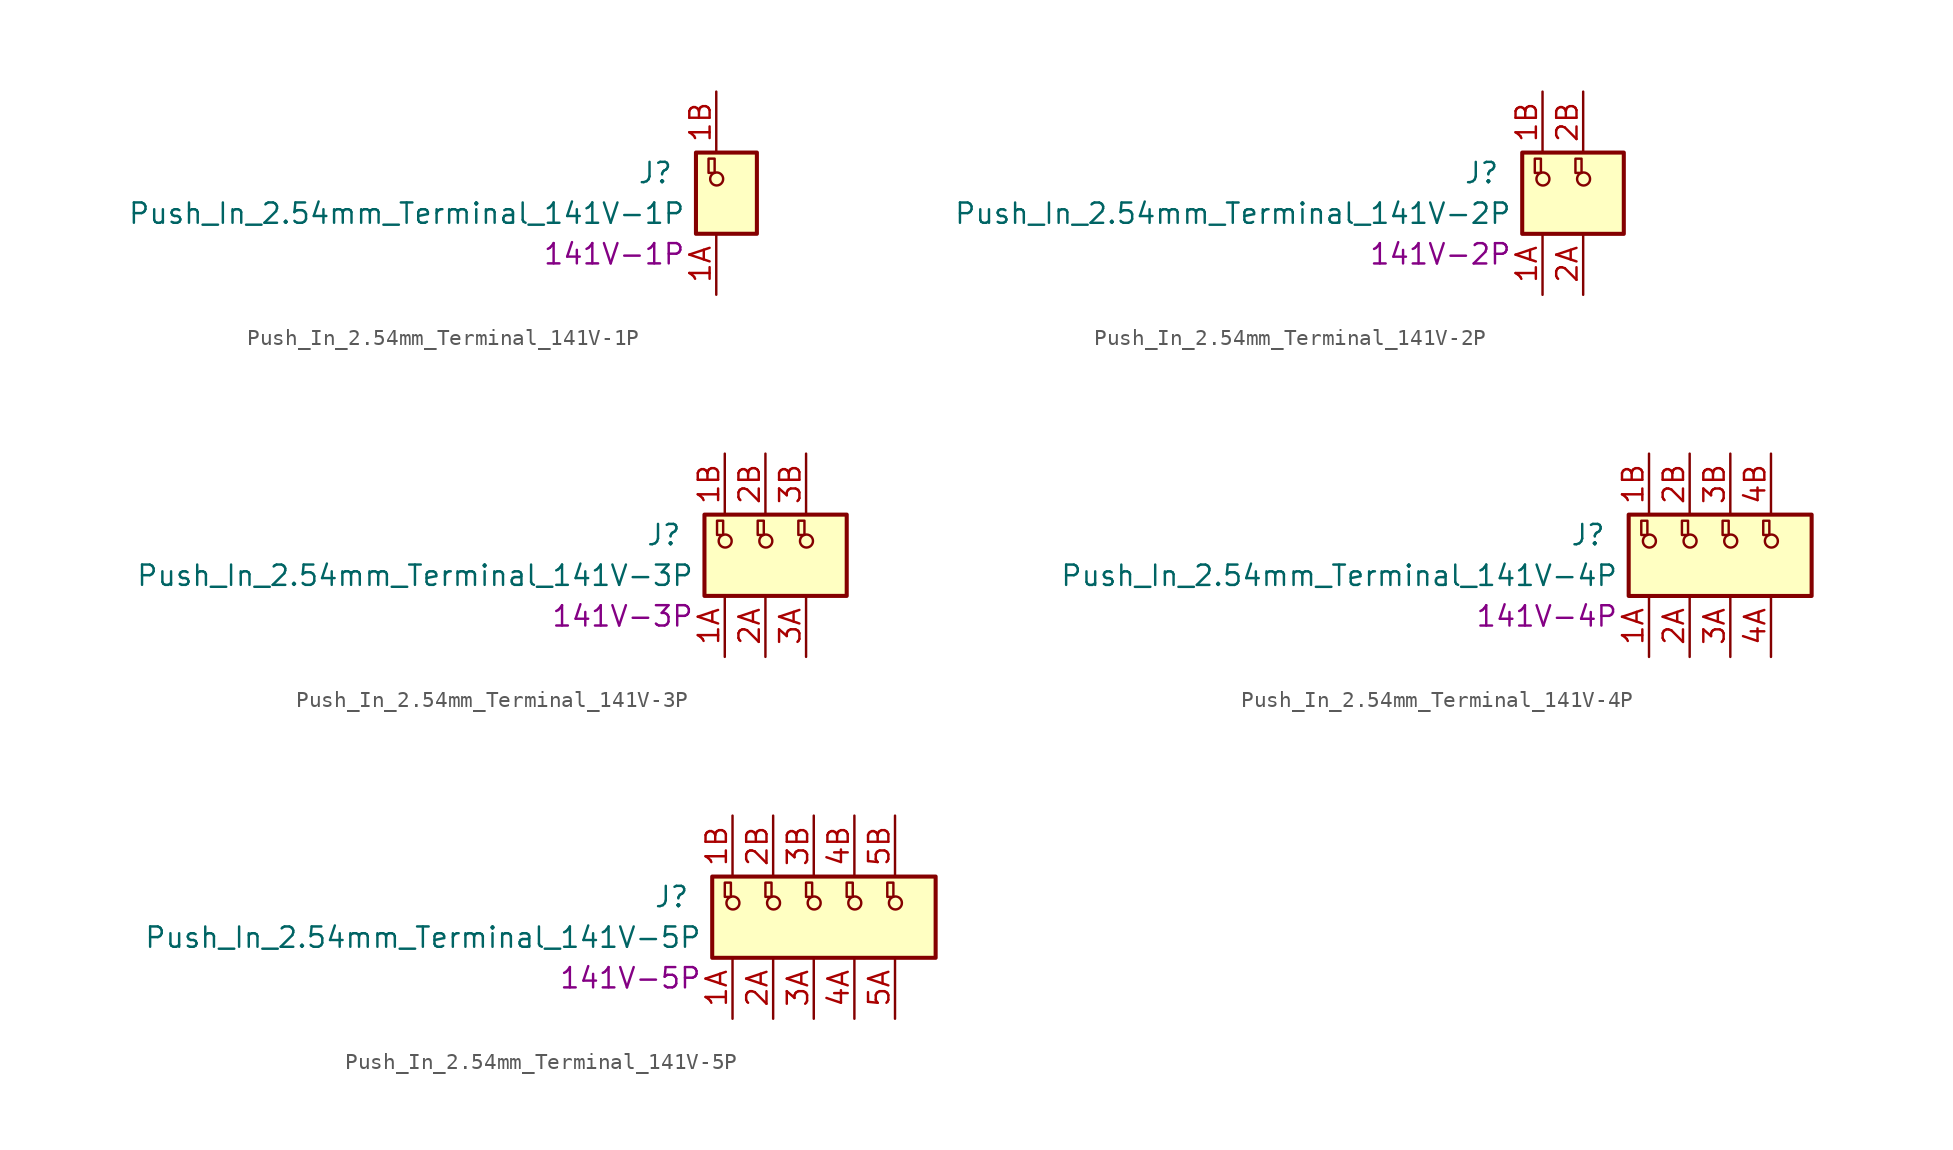
<source format=kicad_sym>
(kicad_symbol_lib
  (version 20211014)
  (generator kicad_symbol_editor)
  (symbol "Push_In_2.54mm_Terminal_141V-1P"
    (pin_names
      (offset 1.016) hide)
    (property "Reference" "J"
      (at -3.81 0 0)
      (effects (font (size 1.27 1.27))))
    (property "Value" "Push_In_2.54mm_Terminal_141V-1P"
      (at -1.905 -2.54 0)
      (effects (font (size 1.27 1.27)) (justify right)))
    (property "MFR.Part#" "141V-1P"
      (at -1.905 -5.08 0)
      (effects (font (size 1.27 1.27)) (justify right)))
    (symbol "Push_In_2.54mm_Terminal_141V-1P_1_1"
      (rectangle (start -0.483 0) (end -0.102 0.889) (stroke (width 0) (type default) (color 0 0 0 0)) (fill (type none)))
      (circle (center 0.025 -0.381) (radius 0.406) (stroke (width 0) (type default) (color 0 0 0 0)) (fill (type none)))
      (rectangle (start 2.54 1.27) (end -1.27 -3.81) (stroke (width 0.254) (type default) (color 0 0 0 0)) (fill (type background)))
      (pin passive line (at 0 -7.62 90) (length 3.81) (name "Pin_1A" (effects (font (size 1.27 1.27)))) (number "1A" (effects (font (size 1.27 1.27)))))
      (pin passive line (at 0 5.08 270) (length 3.81) (name "Pin_1B" (effects (font (size 1.27 1.27)))) (number "1B" (effects (font (size 1.27 1.27)))))))
  (symbol "Push_In_2.54mm_Terminal_141V-2P"
    (pin_names
      (offset 1.016) hide)
    (property "Reference" "J"
      (at -3.81 0 0)
      (effects (font (size 1.27 1.27))))
    (property "Value" "Push_In_2.54mm_Terminal_141V-2P"
      (at -1.905 -2.54 0)
      (effects (font (size 1.27 1.27)) (justify right)))
    (property "MFR.Part#" "141V-2P"
      (at -1.905 -5.08 0)
      (effects (font (size 1.27 1.27)) (justify right)))
    (symbol "Push_In_2.54mm_Terminal_141V-2P_1_1"
      (rectangle (start -0.483 0) (end -0.102 0.889) (stroke (width 0) (type default) (color 0 0 0 0)) (fill (type none)))
      (circle (center 0.025 -0.381) (radius 0.406) (stroke (width 0) (type default) (color 0 0 0 0)) (fill (type none)))
      (rectangle (start 2.057 0) (end 2.438 0.889) (stroke (width 0) (type default) (color 0 0 0 0)) (fill (type none)))
      (circle (center 2.565 -0.381) (radius 0.406) (stroke (width 0) (type default) (color 0 0 0 0)) (fill (type none)))
      (rectangle (start 5.08 1.27) (end -1.27 -3.81) (stroke (width 0.254) (type default) (color 0 0 0 0)) (fill (type background)))
      (pin passive line (at 0 -7.62 90) (length 3.81) (name "Pin_1A" (effects (font (size 1.27 1.27)))) (number "1A" (effects (font (size 1.27 1.27)))))
      (pin passive line (at 0 5.08 270) (length 3.81) (name "Pin_1B" (effects (font (size 1.27 1.27)))) (number "1B" (effects (font (size 1.27 1.27)))))
      (pin passive line (at 2.54 -7.62 90) (length 3.81) (name "Pin_2A" (effects (font (size 1.27 1.27)))) (number "2A" (effects (font (size 1.27 1.27)))))
      (pin passive line (at 2.54 5.08 270) (length 3.81) (name "Pin_2B" (effects (font (size 1.27 1.27)))) (number "2B" (effects (font (size 1.27 1.27)))))))
  (symbol "Push_In_2.54mm_Terminal_141V-3P"
    (pin_names
      (offset 1.016) hide)
    (property "Reference" "J"
      (at -3.81 0 0)
      (effects (font (size 1.27 1.27))))
    (property "Value" "Push_In_2.54mm_Terminal_141V-3P"
      (at -1.905 -2.54 0)
      (effects (font (size 1.27 1.27)) (justify right)))
    (property "MFR.Part#" "141V-3P"
      (at -1.905 -5.08 0)
      (effects (font (size 1.27 1.27)) (justify right)))
    (symbol "Push_In_2.54mm_Terminal_141V-3P_1_1"
      (rectangle (start -0.483 0) (end -0.102 0.889) (stroke (width 0) (type default) (color 0 0 0 0)) (fill (type none)))
      (circle (center 0.025 -0.381) (radius 0.406) (stroke (width 0) (type default) (color 0 0 0 0)) (fill (type none)))
      (rectangle (start 2.057 0) (end 2.438 0.889) (stroke (width 0) (type default) (color 0 0 0 0)) (fill (type none)))
      (circle (center 2.565 -0.381) (radius 0.406) (stroke (width 0) (type default) (color 0 0 0 0)) (fill (type none)))
      (rectangle (start 4.597 0) (end 4.978 0.889) (stroke (width 0) (type default) (color 0 0 0 0)) (fill (type none)))
      (circle (center 5.105 -0.381) (radius 0.406) (stroke (width 0) (type default) (color 0 0 0 0)) (fill (type none)))
      (rectangle (start 7.62 1.27) (end -1.27 -3.81) (stroke (width 0.254) (type default) (color 0 0 0 0)) (fill (type background)))
      (pin passive line (at 0 -7.62 90) (length 3.81) (name "Pin_1A" (effects (font (size 1.27 1.27)))) (number "1A" (effects (font (size 1.27 1.27)))))
      (pin passive line (at 0 5.08 270) (length 3.81) (name "Pin_1B" (effects (font (size 1.27 1.27)))) (number "1B" (effects (font (size 1.27 1.27)))))
      (pin passive line (at 2.54 -7.62 90) (length 3.81) (name "Pin_2A" (effects (font (size 1.27 1.27)))) (number "2A" (effects (font (size 1.27 1.27)))))
      (pin passive line (at 2.54 5.08 270) (length 3.81) (name "Pin_2B" (effects (font (size 1.27 1.27)))) (number "2B" (effects (font (size 1.27 1.27)))))
      (pin passive line (at 5.08 -7.62 90) (length 3.81) (name "Pin_3A" (effects (font (size 1.27 1.27)))) (number "3A" (effects (font (size 1.27 1.27)))))
      (pin passive line (at 5.08 5.08 270) (length 3.81) (name "Pin_3B" (effects (font (size 1.27 1.27)))) (number "3B" (effects (font (size 1.27 1.27)))))))
  (symbol "Push_In_2.54mm_Terminal_141V-4P"
    (pin_names
      (offset 1.016) hide)
    (property "Reference" "J"
      (at -3.81 0 0)
      (effects (font (size 1.27 1.27))))
    (property "Value" "Push_In_2.54mm_Terminal_141V-4P"
      (at -1.905 -2.54 0)
      (effects (font (size 1.27 1.27)) (justify right)))
    (property "MFR.Part#" "141V-4P"
      (at -1.905 -5.08 0)
      (effects (font (size 1.27 1.27)) (justify right)))
    (symbol "Push_In_2.54mm_Terminal_141V-4P_1_1"
      (rectangle (start -0.483 0) (end -0.102 0.889) (stroke (width 0) (type default) (color 0 0 0 0)) (fill (type none)))
      (circle (center 0.025 -0.381) (radius 0.406) (stroke (width 0) (type default) (color 0 0 0 0)) (fill (type none)))
      (rectangle (start 2.057 0) (end 2.438 0.889) (stroke (width 0) (type default) (color 0 0 0 0)) (fill (type none)))
      (circle (center 2.565 -0.381) (radius 0.406) (stroke (width 0) (type default) (color 0 0 0 0)) (fill (type none)))
      (rectangle (start 4.597 0) (end 4.978 0.889) (stroke (width 0) (type default) (color 0 0 0 0)) (fill (type none)))
      (circle (center 5.105 -0.381) (radius 0.406) (stroke (width 0) (type default) (color 0 0 0 0)) (fill (type none)))
      (rectangle (start 7.137 0) (end 7.518 0.889) (stroke (width 0) (type default) (color 0 0 0 0)) (fill (type none)))
      (circle (center 7.645 -0.381) (radius 0.406) (stroke (width 0) (type default) (color 0 0 0 0)) (fill (type none)))
      (rectangle (start 10.16 1.27) (end -1.27 -3.81) (stroke (width 0.254) (type default) (color 0 0 0 0)) (fill (type background)))
      (pin passive line (at 0 -7.62 90) (length 3.81) (name "Pin_1A" (effects (font (size 1.27 1.27)))) (number "1A" (effects (font (size 1.27 1.27)))))
      (pin passive line (at 0 5.08 270) (length 3.81) (name "Pin_1B" (effects (font (size 1.27 1.27)))) (number "1B" (effects (font (size 1.27 1.27)))))
      (pin passive line (at 2.54 -7.62 90) (length 3.81) (name "Pin_2A" (effects (font (size 1.27 1.27)))) (number "2A" (effects (font (size 1.27 1.27)))))
      (pin passive line (at 2.54 5.08 270) (length 3.81) (name "Pin_2B" (effects (font (size 1.27 1.27)))) (number "2B" (effects (font (size 1.27 1.27)))))
      (pin passive line (at 5.08 -7.62 90) (length 3.81) (name "Pin_3A" (effects (font (size 1.27 1.27)))) (number "3A" (effects (font (size 1.27 1.27)))))
      (pin passive line (at 5.08 5.08 270) (length 3.81) (name "Pin_3B" (effects (font (size 1.27 1.27)))) (number "3B" (effects (font (size 1.27 1.27)))))
      (pin passive line (at 7.62 -7.62 90) (length 3.81) (name "Pin_4A" (effects (font (size 1.27 1.27)))) (number "4A" (effects (font (size 1.27 1.27)))))
      (pin passive line (at 7.62 5.08 270) (length 3.81) (name "Pin_4B" (effects (font (size 1.27 1.27)))) (number "4B" (effects (font (size 1.27 1.27)))))))
  (symbol "Push_In_2.54mm_Terminal_141V-5P"
    (pin_names
      (offset 1.016) hide)
    (property "Reference" "J"
      (at -3.81 0 0)
      (effects (font (size 1.27 1.27))))
    (property "Value" "Push_In_2.54mm_Terminal_141V-5P"
      (at -1.905 -2.54 0)
      (effects (font (size 1.27 1.27)) (justify right)))
    (property "MFR.Part#" "141V-5P"
      (at -1.905 -5.08 0)
      (effects (font (size 1.27 1.27)) (justify right)))
    (symbol "Push_In_2.54mm_Terminal_141V-5P_1_1"
      (rectangle (start -0.483 0) (end -0.102 0.889) (stroke (width 0) (type default) (color 0 0 0 0)) (fill (type none)))
      (circle (center 0.025 -0.381) (radius 0.406) (stroke (width 0) (type default) (color 0 0 0 0)) (fill (type none)))
      (rectangle (start 2.057 0) (end 2.438 0.889) (stroke (width 0) (type default) (color 0 0 0 0)) (fill (type none)))
      (circle (center 2.565 -0.381) (radius 0.406) (stroke (width 0) (type default) (color 0 0 0 0)) (fill (type none)))
      (rectangle (start 4.597 0) (end 4.978 0.889) (stroke (width 0) (type default) (color 0 0 0 0)) (fill (type none)))
      (circle (center 5.105 -0.381) (radius 0.406) (stroke (width 0) (type default) (color 0 0 0 0)) (fill (type none)))
      (rectangle (start 7.137 0) (end 7.518 0.889) (stroke (width 0) (type default) (color 0 0 0 0)) (fill (type none)))
      (circle (center 7.645 -0.381) (radius 0.406) (stroke (width 0) (type default) (color 0 0 0 0)) (fill (type none)))
      (rectangle (start 9.677 0) (end 10.058 0.889) (stroke (width 0) (type default) (color 0 0 0 0)) (fill (type none)))
      (circle (center 10.185 -0.381) (radius 0.406) (stroke (width 0) (type default) (color 0 0 0 0)) (fill (type none)))
      (rectangle (start 12.7 1.27) (end -1.27 -3.81) (stroke (width 0.254) (type default) (color 0 0 0 0)) (fill (type background)))
      (pin passive line (at 0 -7.62 90) (length 3.81) (name "Pin_1A" (effects (font (size 1.27 1.27)))) (number "1A" (effects (font (size 1.27 1.27)))))
      (pin passive line (at 0 5.08 270) (length 3.81) (name "Pin_1B" (effects (font (size 1.27 1.27)))) (number "1B" (effects (font (size 1.27 1.27)))))
      (pin passive line (at 2.54 -7.62 90) (length 3.81) (name "Pin_2A" (effects (font (size 1.27 1.27)))) (number "2A" (effects (font (size 1.27 1.27)))))
      (pin passive line (at 2.54 5.08 270) (length 3.81) (name "Pin_2B" (effects (font (size 1.27 1.27)))) (number "2B" (effects (font (size 1.27 1.27)))))
      (pin passive line (at 5.08 -7.62 90) (length 3.81) (name "Pin_3A" (effects (font (size 1.27 1.27)))) (number "3A" (effects (font (size 1.27 1.27)))))
      (pin passive line (at 5.08 5.08 270) (length 3.81) (name "Pin_3B" (effects (font (size 1.27 1.27)))) (number "3B" (effects (font (size 1.27 1.27)))))
      (pin passive line (at 7.62 -7.62 90) (length 3.81) (name "Pin_4A" (effects (font (size 1.27 1.27)))) (number "4A" (effects (font (size 1.27 1.27)))))
      (pin passive line (at 7.62 5.08 270) (length 3.81) (name "Pin_4B" (effects (font (size 1.27 1.27)))) (number "4B" (effects (font (size 1.27 1.27)))))
      (pin passive line (at 10.16 -7.62 90) (length 3.81) (name "Pin_5A" (effects (font (size 1.27 1.27)))) (number "5A" (effects (font (size 1.27 1.27)))))
      (pin passive line (at 10.16 5.08 270) (length 3.81) (name "Pin_5B" (effects (font (size 1.27 1.27)))) (number "5B" (effects (font (size 1.27 1.27))))))))
</source>
